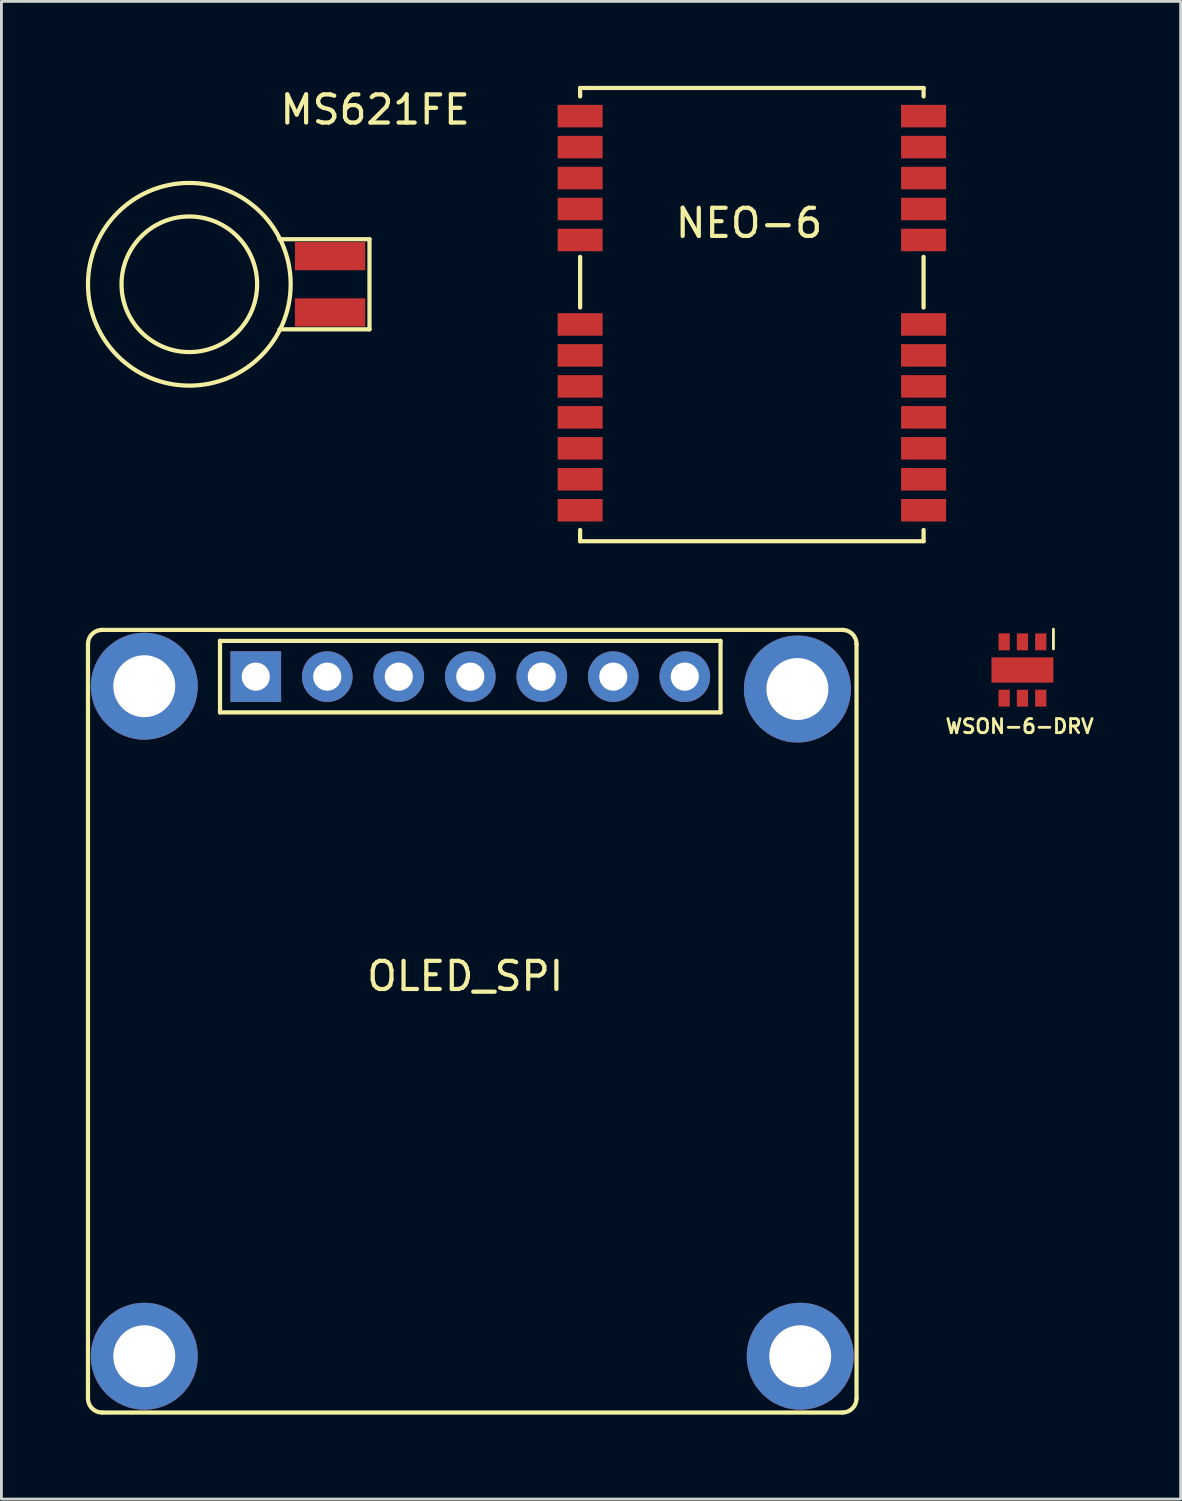
<source format=kicad_pcb>
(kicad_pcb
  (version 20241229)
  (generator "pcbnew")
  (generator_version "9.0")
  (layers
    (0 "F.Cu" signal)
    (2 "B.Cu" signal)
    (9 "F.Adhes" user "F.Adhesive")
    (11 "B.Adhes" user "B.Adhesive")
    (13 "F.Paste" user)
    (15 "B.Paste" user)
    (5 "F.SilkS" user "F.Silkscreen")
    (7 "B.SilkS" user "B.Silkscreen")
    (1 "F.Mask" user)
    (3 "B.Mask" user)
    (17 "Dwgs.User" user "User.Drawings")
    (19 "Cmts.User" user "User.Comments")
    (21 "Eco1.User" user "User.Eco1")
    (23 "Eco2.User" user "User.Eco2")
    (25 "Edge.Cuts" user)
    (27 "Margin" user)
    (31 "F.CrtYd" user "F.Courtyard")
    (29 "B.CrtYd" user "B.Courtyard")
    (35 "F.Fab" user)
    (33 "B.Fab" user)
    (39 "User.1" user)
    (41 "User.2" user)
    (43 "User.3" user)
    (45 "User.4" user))
  (footprint "WSON-6-DRV"
    (layer "F.Cu")
    (at 33.269 20.75)
    (property "Reference" "WSON-6-DRV" (at -0.1 2 0) (layer "F.SilkS") (effects (font (size 0.5 0.5) (thickness 0.1))))
    (attr through_hole)
    (fp_line (start 1.1 -1.45) (end 1.1 -0.75) (stroke (width 0.1) (type solid)) (layer "F.SilkS"))
    (pad "1" smd rect (at 0.65 -1) (size 0.4 0.6) (layers "F.Cu" "F.Mask" "F.Paste"))
    (pad "2" smd rect (at 0 -1) (size 0.4 0.6) (layers "F.Cu" "F.Mask" "F.Paste"))
    (pad "3" smd rect (at -0.65 -1) (size 0.4 0.6) (layers "F.Cu" "F.Mask" "F.Paste"))
    (pad "4" smd rect (at -0.65 1) (size 0.4 0.6) (layers "F.Cu" "F.Mask" "F.Paste"))
    (pad "5" smd rect (at 0 1) (size 0.4 0.6) (layers "F.Cu" "F.Mask" "F.Paste"))
    (pad "6" smd rect (at 0.65 1) (size 0.4 0.6) (layers "F.Cu" "F.Mask" "F.Paste"))
    (pad "7" smd rect (at 0 0) (size 2.2 0.9) (layers "F.Cu" "F.Mask" "F.Paste")))
  (footprint "MS621FE"
    (layer "F.Cu")
    (at 7.675 7.048)
    (property "Reference" "MS621FE" (at 2.6 -6.2 0) (layer "F.SilkS") (effects (font (size 1 1) (thickness 0.15))))
    (attr through_hole)
    (fp_line (start -0.8 1.6) (end 2.4 1.6) (stroke (width 0.15) (type solid)) (layer "F.SilkS"))
    (fp_line (start 2.4 -1.6) (end -0.8 -1.6) (stroke (width 0.15) (type solid)) (layer "F.SilkS"))
    (fp_line (start 2.4 1.6) (end 2.4 -1.6) (stroke (width 0.15) (type solid)) (layer "F.SilkS"))
    (fp_circle (center -4 0) (end -4.2 2.4) (stroke (width 0.15) (type solid)) (fill no) (layer "F.SilkS"))
    (fp_circle (center -4 0) (end -4 3.6) (stroke (width 0.15) (type solid)) (fill no) (layer "F.SilkS"))
    (pad "1" smd rect (at 1 -1) (size 2.5 1) (layers "F.Cu" "F.Mask" "F.Paste"))
    (pad "2" smd rect (at 1 1) (size 2.5 1) (layers "F.Cu" "F.Mask" "F.Paste")))
  (footprint "OLED_SPI"
    (layer "F.Cu")
    (at 12.875 33.625)
    (property "Reference" "OLED_SPI" (at 0.6 -2 0) (layer "F.SilkS") (effects (font (size 1 1) (thickness 0.15))))
    (attr through_hole)
    (fp_line (start -12.8 13) (end -12.8 -13.8) (stroke (width 0.15) (type solid)) (layer "F.SilkS"))
    (fp_line (start -12.3 -14.3) (end 14 -14.3) (stroke (width 0.15) (type solid)) (layer "F.SilkS"))
    (fp_line (start -12.3 13.5) (end 14 13.5) (stroke (width 0.15) (type solid)) (layer "F.SilkS"))
    (fp_line (start -8.11 -13.91) (end -8.11 -11.37) (stroke (width 0.15) (type solid)) (layer "F.SilkS"))
    (fp_line (start -8.11 -11.37) (end 9.67 -11.37) (stroke (width 0.15) (type solid)) (layer "F.SilkS"))
    (fp_line (start 9.67 -13.91) (end -8.11 -13.91) (stroke (width 0.15) (type solid)) (layer "F.SilkS"))
    (fp_line (start 9.67 -11.37) (end 9.67 -13.91) (stroke (width 0.15) (type solid)) (layer "F.SilkS"))
    (fp_line (start 14.5 -13.8) (end 14.5 13) (stroke (width 0.15) (type solid)) (layer "F.SilkS"))
    (fp_arc (start -12.8 -13.8) (mid -12.653553 -14.153553) (end -12.3 -14.3) (stroke (width 0.15) (type solid)) (layer "F.SilkS"))
    (fp_arc (start -12.3 13.5) (mid -12.653553 13.353553) (end -12.8 13) (stroke (width 0.15) (type solid)) (layer "F.SilkS"))
    (fp_arc (start 14 -14.3) (mid 14.353553 -14.153553) (end 14.5 -13.8) (stroke (width 0.15) (type solid)) (layer "F.SilkS"))
    (fp_arc (start 14.5 13) (mid 14.353553 13.353553) (end 14 13.5) (stroke (width 0.15) (type solid)) (layer "F.SilkS"))
    (pad "" thru_hole circle (at -10.8 -12.3) (size 3.8 3.8) (drill 2.2) (layers "*.Cu" "*.Mask"))
    (pad "" thru_hole circle (at -10.8 11.5) (size 3.8 3.8) (drill 2.2) (layers "*.Cu" "*.Mask"))
    (pad "" thru_hole circle (at 12.4 -12.2) (size 3.8 3.8) (drill 2.2) (layers "*.Cu" "*.Mask"))
    (pad "" thru_hole circle (at 12.5 11.5) (size 3.8 3.8) (drill 2.2) (layers "*.Cu" "*.Mask"))
    (pad "1" thru_hole rect (at -6.84 -12.64) (size 1.8 1.8) (drill 1) (layers "*.Cu" "*.Mask"))
    (pad "2" thru_hole circle (at -4.3 -12.64) (size 1.8 1.8) (drill 1) (layers "*.Cu" "*.Mask"))
    (pad "3" thru_hole circle (at -1.76 -12.64) (size 1.8 1.8) (drill 1) (layers "*.Cu" "*.Mask"))
    (pad "4" thru_hole circle (at 0.78 -12.64) (size 1.8 1.8) (drill 1) (layers "*.Cu" "*.Mask"))
    (pad "5" thru_hole circle (at 3.32 -12.64) (size 1.8 1.8) (drill 1) (layers "*.Cu" "*.Mask"))
    (pad "6" thru_hole circle (at 5.86 -12.64) (size 1.8 1.8) (drill 1) (layers "*.Cu" "*.Mask"))
    (pad "7" thru_hole circle (at 8.4 -12.64) (size 1.8 1.8) (drill 1) (layers "*.Cu" "*.Mask")))
  (footprint "NEO-6"
    (layer "F.Cu")
    (at 23.357 6.975)
    (property "Reference" "NEO-6" (at 0.2 -2.1 0) (layer "F.SilkS") (effects (font (size 1 1) (thickness 0.15))))
    (attr through_hole)
    (fp_line (start -5.8 -6.9) (end -5.8 -6.6) (stroke (width 0.15) (type solid)) (layer "F.SilkS"))
    (fp_line (start -5.8 -6.9) (end 6.4 -6.9) (stroke (width 0.15) (type solid)) (layer "F.SilkS"))
    (fp_line (start -5.8 -0.9) (end -5.8 0.9) (stroke (width 0.15) (type solid)) (layer "F.SilkS"))
    (fp_line (start -5.8 9.2) (end -5.8 8.8) (stroke (width 0.15) (type solid)) (layer "F.SilkS"))
    (fp_line (start -5.8 9.2) (end 6.4 9.2) (stroke (width 0.15) (type solid)) (layer "F.SilkS"))
    (fp_line (start 6.4 -6.9) (end 6.4 -6.6) (stroke (width 0.15) (type solid)) (layer "F.SilkS"))
    (fp_line (start 6.4 -0.9) (end 6.4 0.9) (stroke (width 0.15) (type solid)) (layer "F.SilkS"))
    (fp_line (start 6.4 9.2) (end 6.4 8.8) (stroke (width 0.15) (type solid)) (layer "F.SilkS"))
    (pad "1" smd rect (at 6.4 8.1) (size 1.6 0.8) (layers "F.Cu" "F.Mask" "F.Paste"))
    (pad "2" smd rect (at 6.4 7) (size 1.6 0.8) (layers "F.Cu" "F.Mask" "F.Paste"))
    (pad "3" smd rect (at 6.4 5.9) (size 1.6 0.8) (layers "F.Cu" "F.Mask" "F.Paste"))
    (pad "4" smd rect (at 6.4 4.8) (size 1.6 0.8) (layers "F.Cu" "F.Mask" "F.Paste"))
    (pad "5" smd rect (at 6.4 3.7) (size 1.6 0.8) (layers "F.Cu" "F.Mask" "F.Paste"))
    (pad "6" smd rect (at 6.4 2.6) (size 1.6 0.8) (layers "F.Cu" "F.Mask" "F.Paste"))
    (pad "7" smd rect (at 6.4 1.5) (size 1.6 0.8) (layers "F.Cu" "F.Mask" "F.Paste"))
    (pad "8" smd rect (at 6.4 -1.5) (size 1.6 0.8) (layers "F.Cu" "F.Mask" "F.Paste"))
    (pad "9" smd rect (at 6.4 -2.6) (size 1.6 0.8) (layers "F.Cu" "F.Mask" "F.Paste"))
    (pad "10" smd rect (at 6.4 -3.7) (size 1.6 0.8) (layers "F.Cu" "F.Mask" "F.Paste"))
    (pad "11" smd rect (at 6.4 -4.8) (size 1.6 0.8) (layers "F.Cu" "F.Mask" "F.Paste"))
    (pad "12" smd rect (at 6.4 -5.9) (size 1.6 0.8) (layers "F.Cu" "F.Mask" "F.Paste"))
    (pad "13" smd rect (at -5.8 -5.9) (size 1.6 0.8) (layers "F.Cu" "F.Mask" "F.Paste"))
    (pad "14" smd rect (at -5.8 -4.8) (size 1.6 0.8) (layers "F.Cu" "F.Mask" "F.Paste"))
    (pad "15" smd rect (at -5.8 -3.7) (size 1.6 0.8) (layers "F.Cu" "F.Mask" "F.Paste"))
    (pad "16" smd rect (at -5.8 -2.6) (size 1.6 0.8) (layers "F.Cu" "F.Mask" "F.Paste"))
    (pad "17" smd rect (at -5.8 -1.5) (size 1.6 0.8) (layers "F.Cu" "F.Mask" "F.Paste"))
    (pad "18" smd rect (at -5.8 1.5) (size 1.6 0.8) (layers "F.Cu" "F.Mask" "F.Paste"))
    (pad "19" smd rect (at -5.8 2.6) (size 1.6 0.8) (layers "F.Cu" "F.Mask" "F.Paste"))
    (pad "20" smd rect (at -5.8 3.7) (size 1.6 0.8) (layers "F.Cu" "F.Mask" "F.Paste"))
    (pad "21" smd rect (at -5.8 4.8) (size 1.6 0.8) (layers "F.Cu" "F.Mask" "F.Paste"))
    (pad "22" smd rect (at -5.8 5.9) (size 1.6 0.8) (layers "F.Cu" "F.Mask" "F.Paste"))
    (pad "23" smd rect (at -5.8 7) (size 1.6 0.8) (layers "F.Cu" "F.Mask" "F.Paste"))
    (pad "24" smd rect (at -5.8 8.1) (size 1.6 0.8) (layers "F.Cu" "F.Mask" "F.Paste")))
  (gr_rect
    (start -3 -3)
    (end 38.888 50.2)
    (stroke (width 0.1) (type default))
    (fill no)
    (layer "Edge.Cuts")))
</source>
